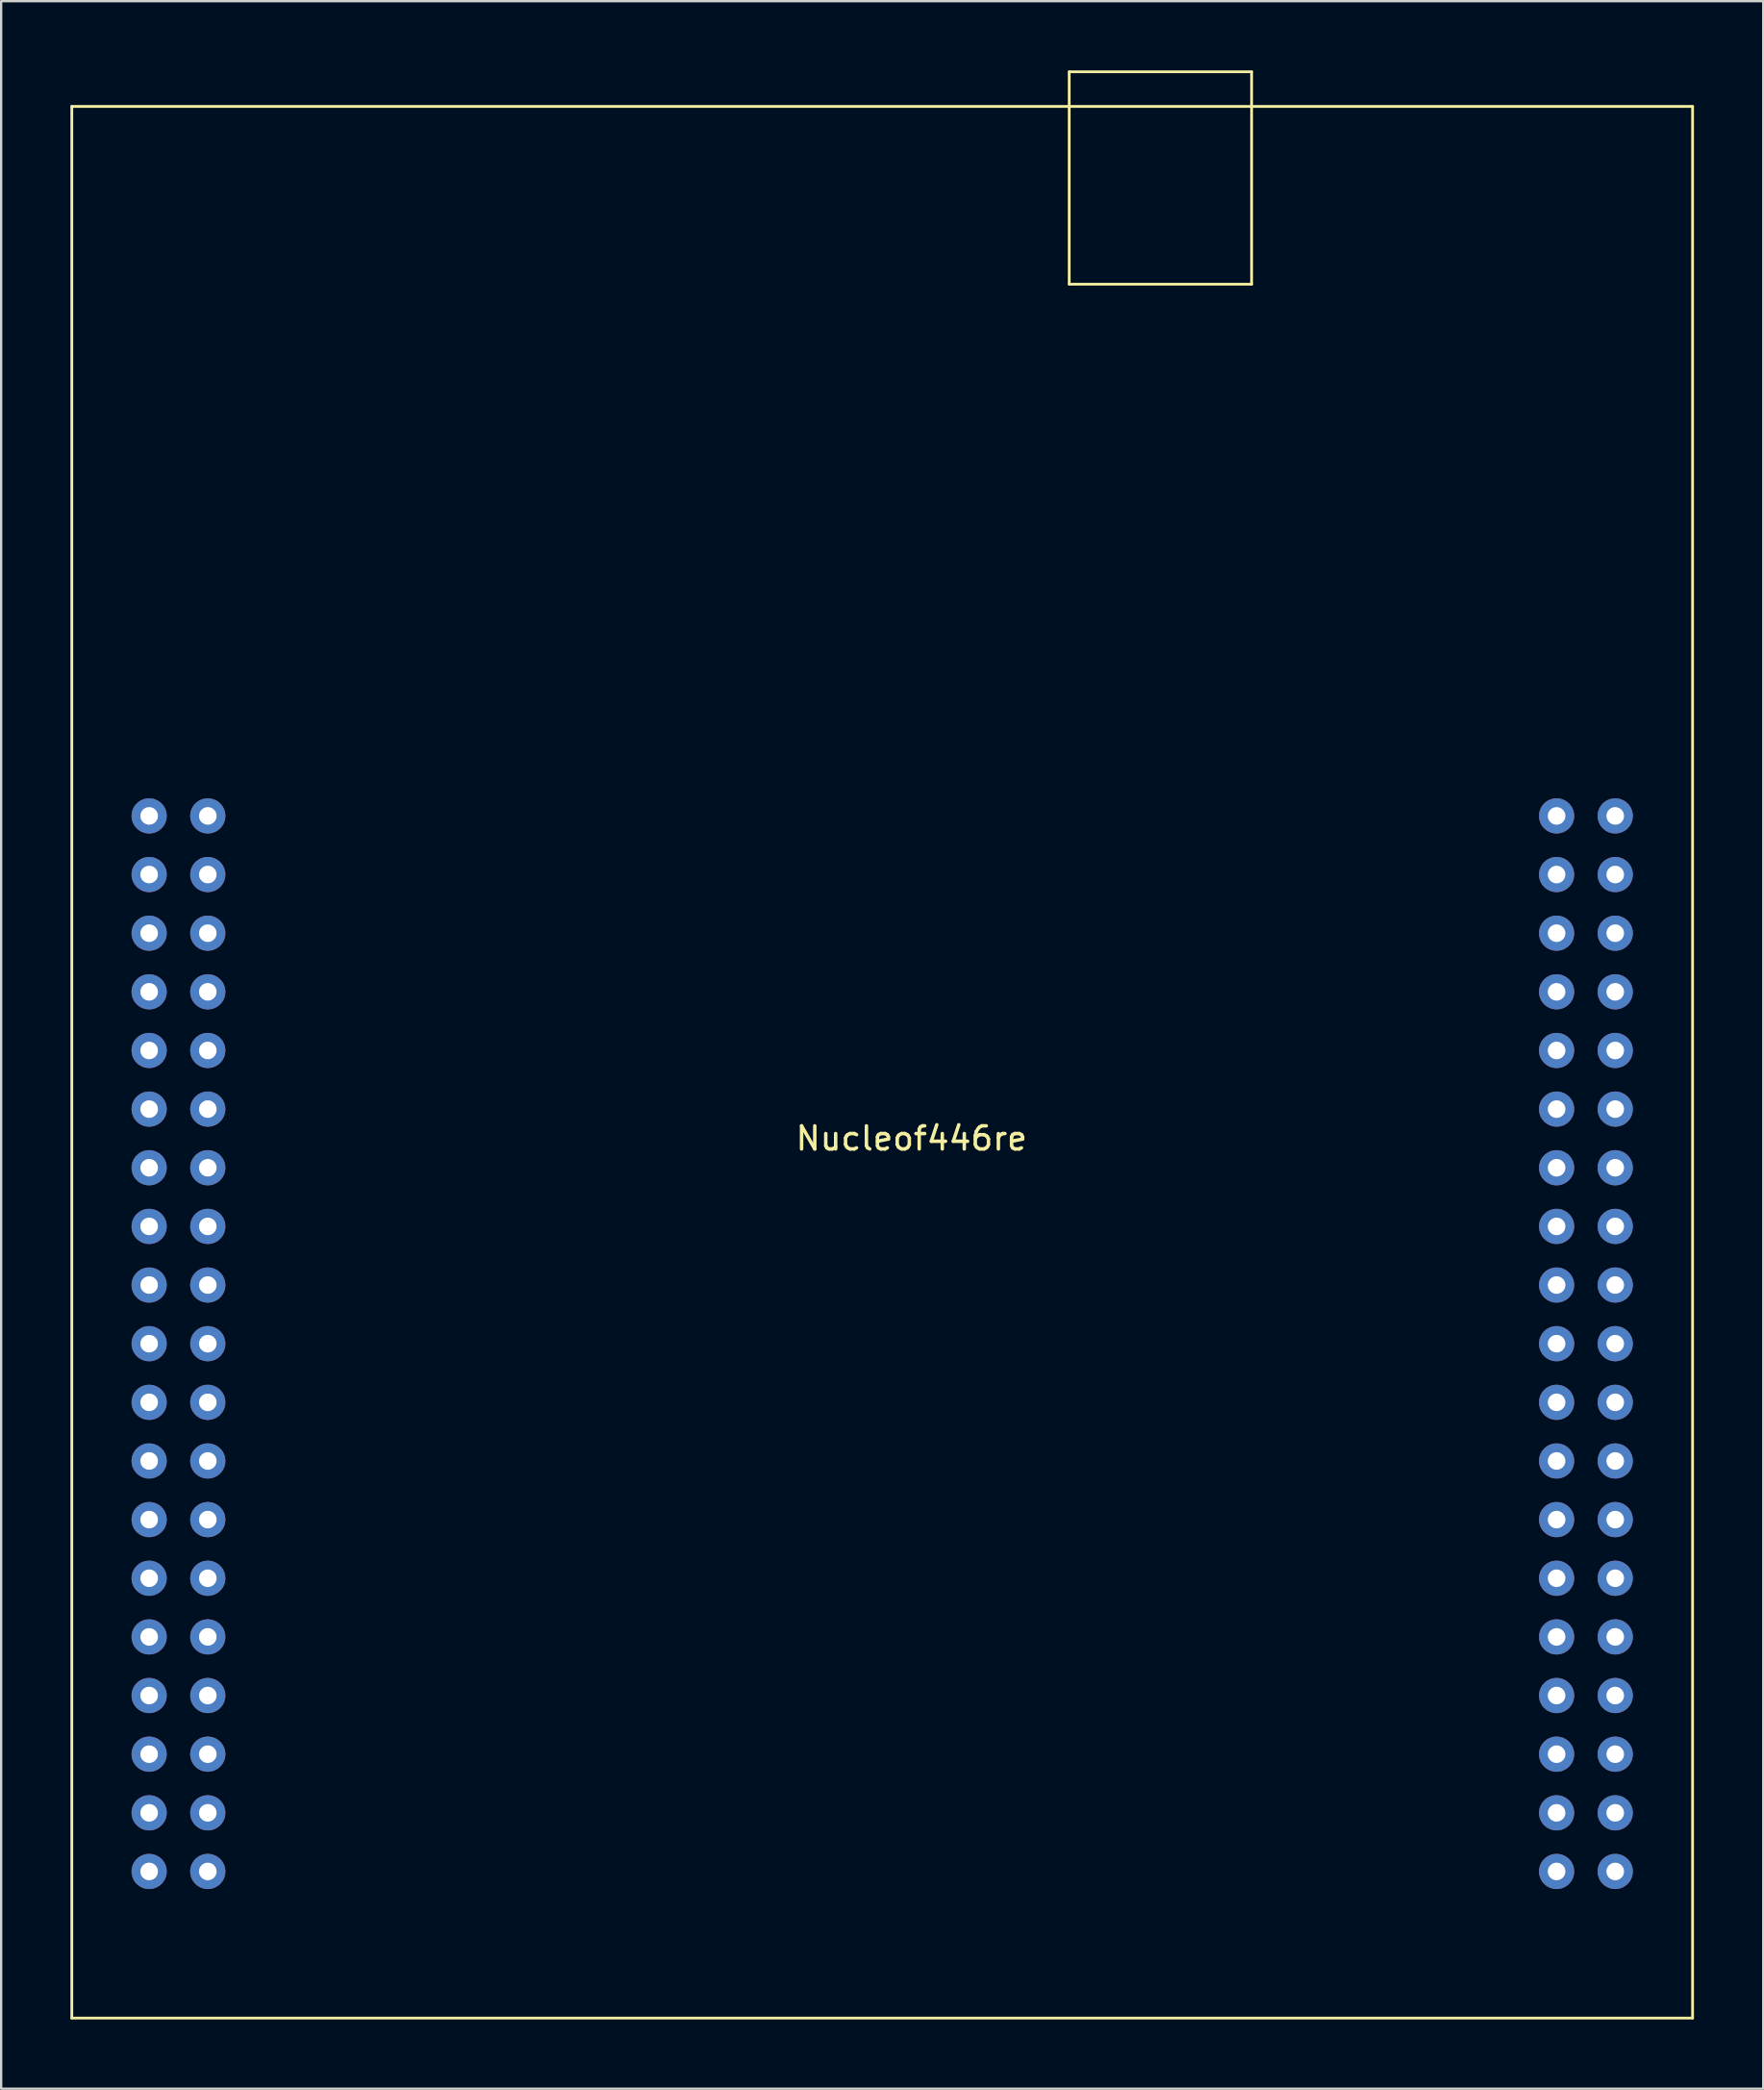
<source format=kicad_pcb>
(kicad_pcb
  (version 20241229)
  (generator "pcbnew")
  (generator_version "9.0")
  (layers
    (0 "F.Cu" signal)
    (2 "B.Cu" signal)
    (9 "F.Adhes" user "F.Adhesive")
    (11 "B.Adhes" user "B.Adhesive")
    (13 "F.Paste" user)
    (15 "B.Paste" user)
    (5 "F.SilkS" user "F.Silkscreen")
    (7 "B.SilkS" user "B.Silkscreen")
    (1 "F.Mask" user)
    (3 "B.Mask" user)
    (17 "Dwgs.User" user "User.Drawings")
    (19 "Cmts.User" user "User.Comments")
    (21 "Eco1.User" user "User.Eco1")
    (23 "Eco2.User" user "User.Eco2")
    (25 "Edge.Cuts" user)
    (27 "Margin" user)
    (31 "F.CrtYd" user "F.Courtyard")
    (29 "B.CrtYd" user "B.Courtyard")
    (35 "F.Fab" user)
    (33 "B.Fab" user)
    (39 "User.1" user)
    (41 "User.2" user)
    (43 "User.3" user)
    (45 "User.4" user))
  (footprint "Nucleof446re"
    (layer "F.Cu")
    (at 3.41 78.01)
    (property "Reference" "Nucleof446re" (at 33.02 -31.75 0) (layer "F.SilkS") (effects (font (size 1 1) (thickness 0.15))))
    (attr through_hole)
    (fp_line (start -3.35 -76.45) (end 66.85 -76.45) (stroke (width 0.12) (type solid)) (layer "F.SilkS"))
    (fp_line (start -3.35 6.35) (end -3.35 -76.45) (stroke (width 0.12) (type solid)) (layer "F.SilkS"))
    (fp_line (start -3.35 6.35) (end 66.85 6.35) (stroke (width 0.12) (type solid)) (layer "F.SilkS"))
    (fp_line (start 39.85 -77.95) (end 39.85 -68.75) (stroke (width 0.12) (type solid)) (layer "F.SilkS"))
    (fp_line (start 39.85 -77.95) (end 47.75 -77.95) (stroke (width 0.12) (type solid)) (layer "F.SilkS"))
    (fp_line (start 47.75 -77.95) (end 47.75 -68.75) (stroke (width 0.12) (type solid)) (layer "F.SilkS"))
    (fp_line (start 47.75 -68.75) (end 39.85 -68.75) (stroke (width 0.12) (type solid)) (layer "F.SilkS"))
    (fp_line (start 66.85 -76.45) (end 66.85 6.35) (stroke (width 0.12) (type solid)) (layer "F.SilkS"))
    (pad "1" thru_hole circle (at 0 -45.72) (size 1.524 1.524) (drill 0.762) (layers "*.Cu" "*.Mask"))
    (pad "2" thru_hole circle (at 2.54 -45.72) (size 1.524 1.524) (drill 0.762) (layers "*.Cu" "*.Mask"))
    (pad "3" thru_hole circle (at 0 -43.18) (size 1.524 1.524) (drill 0.762) (layers "*.Cu" "*.Mask"))
    (pad "4" thru_hole circle (at 2.54 -43.18) (size 1.524 1.524) (drill 0.762) (layers "*.Cu" "*.Mask"))
    (pad "5" thru_hole circle (at 0 -40.64) (size 1.524 1.524) (drill 0.762) (layers "*.Cu" "*.Mask"))
    (pad "6" thru_hole circle (at 2.54 -40.64) (size 1.524 1.524) (drill 0.762) (layers "*.Cu" "*.Mask"))
    (pad "7" thru_hole circle (at 0 -38.1) (size 1.524 1.524) (drill 0.762) (layers "*.Cu" "*.Mask"))
    (pad "8" thru_hole circle (at 2.54 -38.1) (size 1.524 1.524) (drill 0.762) (layers "*.Cu" "*.Mask"))
    (pad "9" thru_hole circle (at 0 -35.56) (size 1.524 1.524) (drill 0.762) (layers "*.Cu" "*.Mask"))
    (pad "10" thru_hole circle (at 2.54 -35.56) (size 1.524 1.524) (drill 0.762) (layers "*.Cu" "*.Mask"))
    (pad "11" thru_hole circle (at 0 -33.02) (size 1.524 1.524) (drill 0.762) (layers "*.Cu" "*.Mask"))
    (pad "12" thru_hole circle (at 2.54 -33.02) (size 1.524 1.524) (drill 0.762) (layers "*.Cu" "*.Mask"))
    (pad "13" thru_hole circle (at 0 -30.48) (size 1.524 1.524) (drill 0.762) (layers "*.Cu" "*.Mask"))
    (pad "14" thru_hole circle (at 2.54 -30.48) (size 1.524 1.524) (drill 0.762) (layers "*.Cu" "*.Mask"))
    (pad "15" thru_hole circle (at 0 -27.94) (size 1.524 1.524) (drill 0.762) (layers "*.Cu" "*.Mask"))
    (pad "16" thru_hole circle (at 2.54 -27.94) (size 1.524 1.524) (drill 0.762) (layers "*.Cu" "*.Mask"))
    (pad "17" thru_hole circle (at 0 -25.4) (size 1.524 1.524) (drill 0.762) (layers "*.Cu" "*.Mask"))
    (pad "18" thru_hole circle (at 2.54 -25.4) (size 1.524 1.524) (drill 0.762) (layers "*.Cu" "*.Mask"))
    (pad "19" thru_hole circle (at 0 -22.86) (size 1.524 1.524) (drill 0.762) (layers "*.Cu" "*.Mask"))
    (pad "20" thru_hole circle (at 2.54 -22.86) (size 1.524 1.524) (drill 0.762) (layers "*.Cu" "*.Mask"))
    (pad "21" thru_hole circle (at 0 -20.32) (size 1.524 1.524) (drill 0.762) (layers "*.Cu" "*.Mask"))
    (pad "22" thru_hole circle (at 2.54 -20.32) (size 1.524 1.524) (drill 0.762) (layers "*.Cu" "*.Mask"))
    (pad "23" thru_hole circle (at 0 -17.78) (size 1.524 1.524) (drill 0.762) (layers "*.Cu" "*.Mask"))
    (pad "24" thru_hole circle (at 2.54 -17.78) (size 1.524 1.524) (drill 0.762) (layers "*.Cu" "*.Mask"))
    (pad "25" thru_hole circle (at 0 -15.24) (size 1.524 1.524) (drill 0.762) (layers "*.Cu" "*.Mask"))
    (pad "26" thru_hole circle (at 2.54 -15.24) (size 1.524 1.524) (drill 0.762) (layers "*.Cu" "*.Mask"))
    (pad "27" thru_hole circle (at 0 -12.7) (size 1.524 1.524) (drill 0.762) (layers "*.Cu" "*.Mask"))
    (pad "28" thru_hole circle (at 2.54 -12.7) (size 1.524 1.524) (drill 0.762) (layers "*.Cu" "*.Mask"))
    (pad "29" thru_hole circle (at 0 -10.16) (size 1.524 1.524) (drill 0.762) (layers "*.Cu" "*.Mask"))
    (pad "30" thru_hole circle (at 2.54 -10.16) (size 1.524 1.524) (drill 0.762) (layers "*.Cu" "*.Mask"))
    (pad "31" thru_hole circle (at 0 -7.62) (size 1.524 1.524) (drill 0.762) (layers "*.Cu" "*.Mask"))
    (pad "32" thru_hole circle (at 2.54 -7.62) (size 1.524 1.524) (drill 0.762) (layers "*.Cu" "*.Mask"))
    (pad "33" thru_hole circle (at 0 -5.08) (size 1.524 1.524) (drill 0.762) (layers "*.Cu" "*.Mask"))
    (pad "34" thru_hole circle (at 2.54 -5.08) (size 1.524 1.524) (drill 0.762) (layers "*.Cu" "*.Mask"))
    (pad "35" thru_hole circle (at 0 -2.54) (size 1.524 1.524) (drill 0.762) (layers "*.Cu" "*.Mask"))
    (pad "36" thru_hole circle (at 2.54 -2.54) (size 1.524 1.524) (drill 0.762) (layers "*.Cu" "*.Mask"))
    (pad "37" thru_hole circle (at 0 0) (size 1.524 1.524) (drill 0.762) (layers "*.Cu" "*.Mask"))
    (pad "38" thru_hole circle (at 2.54 0) (size 1.524 1.524) (drill 0.762) (layers "*.Cu" "*.Mask"))
    (pad "39" thru_hole circle (at 60.96 -45.72) (size 1.524 1.524) (drill 0.762) (layers "*.Cu" "*.Mask"))
    (pad "40" thru_hole circle (at 63.5 -45.72) (size 1.524 1.524) (drill 0.762) (layers "*.Cu" "*.Mask"))
    (pad "41" thru_hole circle (at 60.96 -43.18) (size 1.524 1.524) (drill 0.762) (layers "*.Cu" "*.Mask"))
    (pad "42" thru_hole circle (at 63.5 -43.18) (size 1.524 1.524) (drill 0.762) (layers "*.Cu" "*.Mask"))
    (pad "43" thru_hole circle (at 60.96 -40.64) (size 1.524 1.524) (drill 0.762) (layers "*.Cu" "*.Mask"))
    (pad "44" thru_hole circle (at 63.5 -40.64) (size 1.524 1.524) (drill 0.762) (layers "*.Cu" "*.Mask"))
    (pad "45" thru_hole circle (at 60.96 -38.1) (size 1.524 1.524) (drill 0.762) (layers "*.Cu" "*.Mask"))
    (pad "46" thru_hole circle (at 63.5 -38.1) (size 1.524 1.524) (drill 0.762) (layers "*.Cu" "*.Mask"))
    (pad "47" thru_hole circle (at 60.96 -35.56) (size 1.524 1.524) (drill 0.762) (layers "*.Cu" "*.Mask"))
    (pad "48" thru_hole circle (at 63.5 -35.56) (size 1.524 1.524) (drill 0.762) (layers "*.Cu" "*.Mask"))
    (pad "49" thru_hole circle (at 60.96 -33.02) (size 1.524 1.524) (drill 0.762) (layers "*.Cu" "*.Mask"))
    (pad "50" thru_hole circle (at 63.5 -33.02) (size 1.524 1.524) (drill 0.762) (layers "*.Cu" "*.Mask"))
    (pad "51" thru_hole circle (at 60.96 -30.48) (size 1.524 1.524) (drill 0.762) (layers "*.Cu" "*.Mask"))
    (pad "52" thru_hole circle (at 63.5 -30.48) (size 1.524 1.524) (drill 0.762) (layers "*.Cu" "*.Mask"))
    (pad "53" thru_hole circle (at 60.96 -27.94) (size 1.524 1.524) (drill 0.762) (layers "*.Cu" "*.Mask"))
    (pad "54" thru_hole circle (at 63.5 -27.94) (size 1.524 1.524) (drill 0.762) (layers "*.Cu" "*.Mask"))
    (pad "55" thru_hole circle (at 60.96 -25.4) (size 1.524 1.524) (drill 0.762) (layers "*.Cu" "*.Mask"))
    (pad "56" thru_hole circle (at 63.5 -25.4) (size 1.524 1.524) (drill 0.762) (layers "*.Cu" "*.Mask"))
    (pad "57" thru_hole circle (at 60.96 -22.86) (size 1.524 1.524) (drill 0.762) (layers "*.Cu" "*.Mask"))
    (pad "58" thru_hole circle (at 63.5 -22.86) (size 1.524 1.524) (drill 0.762) (layers "*.Cu" "*.Mask"))
    (pad "59" thru_hole circle (at 60.96 -20.32) (size 1.524 1.524) (drill 0.762) (layers "*.Cu" "*.Mask"))
    (pad "60" thru_hole circle (at 63.5 -20.32) (size 1.524 1.524) (drill 0.762) (layers "*.Cu" "*.Mask"))
    (pad "61" thru_hole circle (at 60.96 -17.78) (size 1.524 1.524) (drill 0.762) (layers "*.Cu" "*.Mask"))
    (pad "62" thru_hole circle (at 63.5 -17.78) (size 1.524 1.524) (drill 0.762) (layers "*.Cu" "*.Mask"))
    (pad "63" thru_hole circle (at 60.96 -15.24) (size 1.524 1.524) (drill 0.762) (layers "*.Cu" "*.Mask"))
    (pad "64" thru_hole circle (at 63.5 -15.24) (size 1.524 1.524) (drill 0.762) (layers "*.Cu" "*.Mask"))
    (pad "65" thru_hole circle (at 60.96 -12.7) (size 1.524 1.524) (drill 0.762) (layers "*.Cu" "*.Mask"))
    (pad "66" thru_hole circle (at 63.5 -12.7) (size 1.524 1.524) (drill 0.762) (layers "*.Cu" "*.Mask"))
    (pad "67" thru_hole circle (at 60.96 -10.16) (size 1.524 1.524) (drill 0.762) (layers "*.Cu" "*.Mask"))
    (pad "68" thru_hole circle (at 63.5 -10.16) (size 1.524 1.524) (drill 0.762) (layers "*.Cu" "*.Mask"))
    (pad "69" thru_hole circle (at 60.96 -7.62) (size 1.524 1.524) (drill 0.762) (layers "*.Cu" "*.Mask"))
    (pad "70" thru_hole circle (at 63.5 -7.62) (size 1.524 1.524) (drill 0.762) (layers "*.Cu" "*.Mask"))
    (pad "71" thru_hole circle (at 60.96 -5.08) (size 1.524 1.524) (drill 0.762) (layers "*.Cu" "*.Mask"))
    (pad "72" thru_hole circle (at 63.5 -5.08) (size 1.524 1.524) (drill 0.762) (layers "*.Cu" "*.Mask"))
    (pad "73" thru_hole circle (at 60.96 -2.54) (size 1.524 1.524) (drill 0.762) (layers "*.Cu" "*.Mask"))
    (pad "74" thru_hole circle (at 63.5 -2.54) (size 1.524 1.524) (drill 0.762) (layers "*.Cu" "*.Mask"))
    (pad "75" thru_hole circle (at 60.96 0) (size 1.524 1.524) (drill 0.762) (layers "*.Cu" "*.Mask"))
    (pad "76" thru_hole circle (at 63.5 0) (size 1.524 1.524) (drill 0.762) (layers "*.Cu" "*.Mask")))
  (gr_rect
    (start -3 -3)
    (end 73.32 87.42)
    (stroke (width 0.1) (type default))
    (fill no)
    (layer "Edge.Cuts")))
</source>
